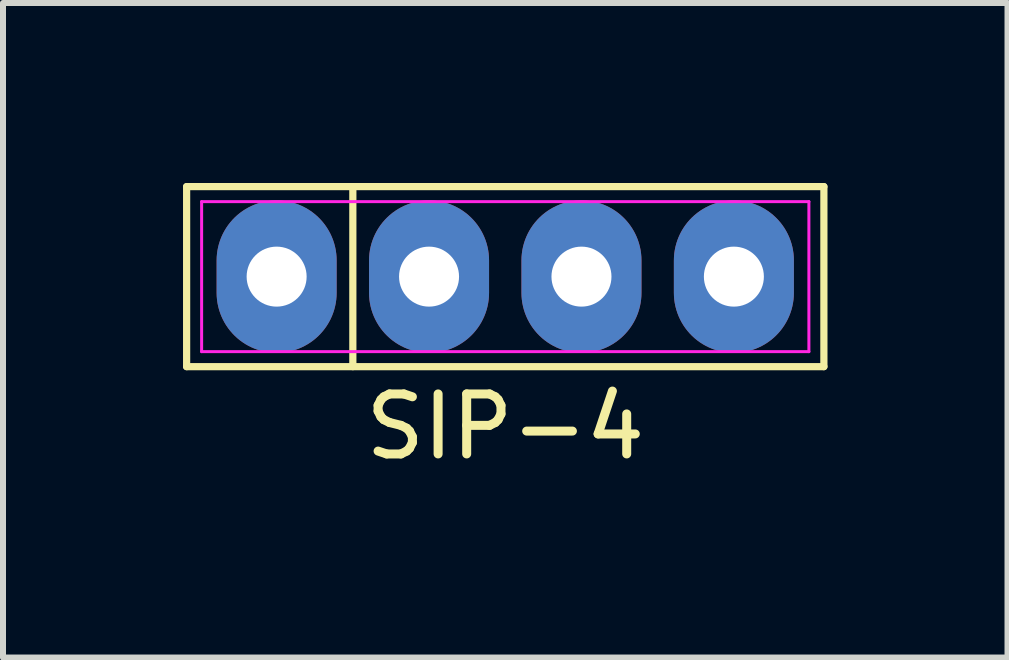
<source format=kicad_pcb>
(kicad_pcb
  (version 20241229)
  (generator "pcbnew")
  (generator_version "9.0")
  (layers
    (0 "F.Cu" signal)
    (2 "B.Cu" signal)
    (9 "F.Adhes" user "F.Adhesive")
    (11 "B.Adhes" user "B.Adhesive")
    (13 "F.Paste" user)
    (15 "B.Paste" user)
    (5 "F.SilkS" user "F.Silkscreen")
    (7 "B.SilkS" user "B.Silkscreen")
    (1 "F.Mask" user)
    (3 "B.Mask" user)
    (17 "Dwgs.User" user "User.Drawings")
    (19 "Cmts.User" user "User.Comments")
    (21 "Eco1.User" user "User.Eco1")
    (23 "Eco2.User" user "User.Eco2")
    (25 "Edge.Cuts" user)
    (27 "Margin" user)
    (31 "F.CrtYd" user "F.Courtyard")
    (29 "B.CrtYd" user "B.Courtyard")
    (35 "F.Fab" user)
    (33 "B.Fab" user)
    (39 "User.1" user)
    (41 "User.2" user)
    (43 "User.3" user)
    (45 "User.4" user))
  (footprint "SIP-4"
    (layer "F.Cu")
    (at 5.37 1.56)
    (property "Reference" "SIP-4" (at 0 2.5 0) (layer "F.SilkS") (effects (font (size 1 1) (thickness 0.15))))
    (fp_line (start -5.31 -1.5) (end 5.31 -1.5) (stroke (width 0.12) (type solid)) (layer "F.SilkS"))
    (fp_line (start -5.31 1.5) (end -5.31 -1.5) (stroke (width 0.12) (type solid)) (layer "F.SilkS"))
    (fp_line (start -2.54 -1.5) (end -2.54 1.5) (stroke (width 0.12) (type solid)) (layer "F.SilkS"))
    (fp_line (start 5.31 -1.5) (end 5.31 1.5) (stroke (width 0.12) (type solid)) (layer "F.SilkS"))
    (fp_line (start 5.31 1.5) (end -5.31 1.5) (stroke (width 0.12) (type solid)) (layer "F.SilkS"))
    (fp_line (start -5.06 -1.25) (end 5.06 -1.25) (stroke (width 0.05) (type solid)) (layer "F.CrtYd"))
    (fp_line (start -5.06 1.25) (end -5.06 -1.25) (stroke (width 0.05) (type solid)) (layer "F.CrtYd"))
    (fp_line (start 5.06 -1.25) (end 5.06 1.25) (stroke (width 0.05) (type solid)) (layer "F.CrtYd"))
    (fp_line (start 5.06 1.25) (end -5.06 1.25) (stroke (width 0.05) (type solid)) (layer "F.CrtYd"))
    (pad "1" thru_hole oval (at 3.81 0) (size 2 2.54) (drill 1) (layers "*.Cu" "*.Mask"))
    (pad "2" thru_hole oval (at 1.27 0) (size 2 2.54) (drill 1) (layers "*.Cu" "*.Mask"))
    (pad "3" thru_hole oval (at -1.27 0) (size 2 2.54) (drill 1) (layers "*.Cu" "*.Mask"))
    (pad "4" thru_hole oval (at -3.81 0) (size 2 2.54) (drill 1) (layers "*.Cu" "*.Mask")))
  (gr_rect
    (start -3 -3)
    (end 13.74 7.908)
    (stroke (width 0.1) (type default))
    (fill no)
    (layer "Edge.Cuts")))
</source>
